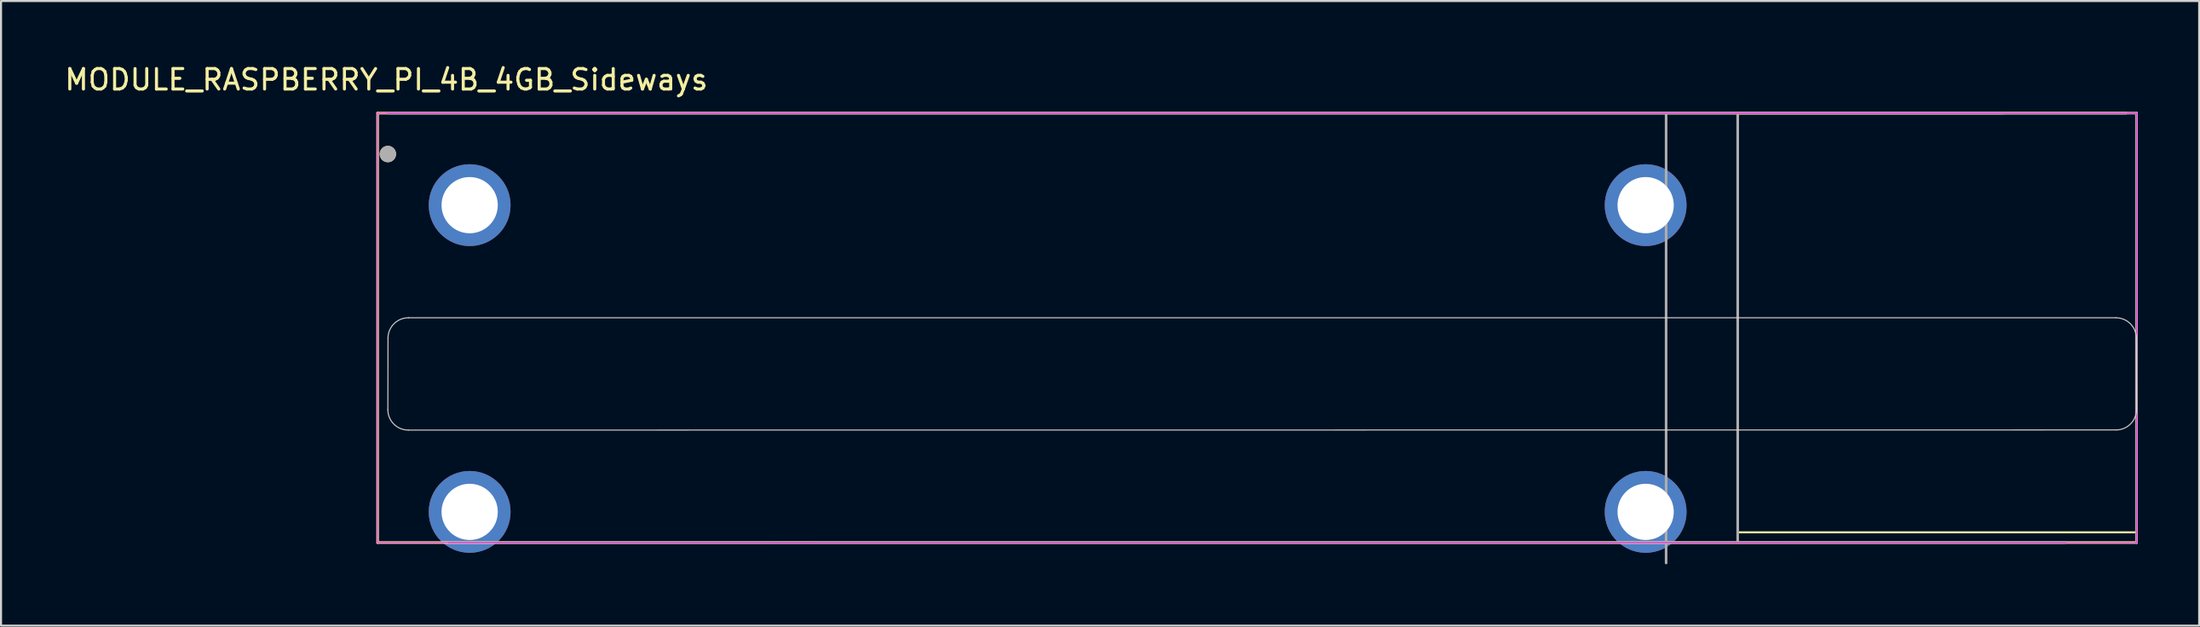
<source format=kicad_pcb>
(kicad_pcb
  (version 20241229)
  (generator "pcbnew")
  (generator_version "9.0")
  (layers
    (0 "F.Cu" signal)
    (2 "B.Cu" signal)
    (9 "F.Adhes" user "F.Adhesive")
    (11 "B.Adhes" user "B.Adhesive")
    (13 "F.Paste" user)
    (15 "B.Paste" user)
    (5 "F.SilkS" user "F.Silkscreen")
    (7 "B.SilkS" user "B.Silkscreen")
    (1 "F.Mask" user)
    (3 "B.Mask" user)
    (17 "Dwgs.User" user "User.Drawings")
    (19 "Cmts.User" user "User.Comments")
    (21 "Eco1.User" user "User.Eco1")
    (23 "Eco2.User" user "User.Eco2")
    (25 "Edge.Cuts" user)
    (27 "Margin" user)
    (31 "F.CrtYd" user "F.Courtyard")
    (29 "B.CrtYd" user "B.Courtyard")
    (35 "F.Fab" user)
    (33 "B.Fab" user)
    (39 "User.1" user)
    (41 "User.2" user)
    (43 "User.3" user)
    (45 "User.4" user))
  (footprint "MODULE_RASPBERRY_PI_4B_4GB_Sideways"
    (layer "F.Cu")
    (at 58.414 15.483)
    (property "Reference" "MODULE_RASPBERRY_PI_4B_4GB_Sideways" (at -42.575 -14.635 0) (layer "F.SilkS") (effects (font (size 1 1) (thickness 0.15))))
    (attr through_hole)
    (fp_line (start -43 -13) (end -43 8) (stroke (width 0.127) (type solid)) (layer "F.SilkS"))
    (fp_line (start -43 8) (end 43 8) (stroke (width 0.127) (type solid)) (layer "F.SilkS"))
    (fp_line (start 42.5 -13) (end -43 -13) (stroke (width 0.127) (type solid)) (layer "F.SilkS"))
    (fp_line (start 43 8) (end 43 -13) (stroke (width 0.127) (type solid)) (layer "F.SilkS"))
    (fp_rect (start 23.5 -13) (end 43 7.5) (stroke (width 0.1) (type default)) (fill no) (layer "F.SilkS"))
    (fp_circle (center -42.5 -11) (end -42.3 -11) (stroke (width 0.4) (type solid)) (fill no) (layer "F.SilkS"))
    (fp_line (start -42.5 1.5) (end -42.493 -1.993) (stroke (width 0.05) (type solid)) (layer "Edge.Cuts"))
    (fp_line (start 41.993 -2.993) (end -41.493 -2.993) (stroke (width 0.05) (type solid)) (layer "Edge.Cuts"))
    (fp_line (start 41.993 2.493) (end -41.5 2.5) (stroke (width 0.05) (type solid)) (layer "Edge.Cuts"))
    (fp_line (start 43 1.493) (end 42.993 -1.993) (stroke (width 0.05) (type solid)) (layer "Edge.Cuts"))
    (fp_arc (start -42.492893 -1.992893) (mid -42.2 -2.7) (end -41.492893 -2.992893) (stroke (width 0.05) (type solid)) (layer "Edge.Cuts"))
    (fp_arc (start -41.5 2.5) (mid -42.207107 2.207107) (end -42.5 1.5) (stroke (width 0.05) (type solid)) (layer "Edge.Cuts"))
    (fp_arc (start 41.992893 -2.992893) (mid 42.700002 -2.700002) (end 42.992893 -1.992893) (stroke (width 0.05) (type solid)) (layer "Edge.Cuts"))
    (fp_arc (start 43 1.492893) (mid 42.707109 2.200004) (end 42 2.492893) (stroke (width 0.05) (type solid)) (layer "Edge.Cuts"))
    (fp_line (start -43 -13) (end 43 -13) (stroke (width 0.05) (type solid)) (layer "F.CrtYd"))
    (fp_line (start -43 8) (end -43 -13) (stroke (width 0.05) (type solid)) (layer "F.CrtYd"))
    (fp_line (start 43 -13) (end 43 8) (stroke (width 0.05) (type solid)) (layer "F.CrtYd"))
    (fp_line (start 43 8.002) (end -43 7.997) (stroke (width 0.05) (type solid)) (layer "F.CrtYd"))
    (fp_line (start -39.5 8) (end 39.5 8) (stroke (width 0.127) (type solid)) (layer "F.Fab"))
    (fp_line (start 20 -13) (end 20 9) (stroke (width 0.127) (type solid)) (layer "F.Fab"))
    (fp_line (start 23.5 -13) (end 23.5 8) (stroke (width 0.127) (type solid)) (layer "F.Fab"))
    (fp_line (start 36.5 -13) (end -42.5 -13) (stroke (width 0.127) (type solid)) (layer "F.Fab"))
    (fp_line (start 43 -13) (end 23.5 -13) (stroke (width 0.127) (type solid)) (layer "F.Fab"))
    (fp_line (start 43 8) (end 43 -13) (stroke (width 0.127) (type solid)) (layer "F.Fab"))
    (fp_circle (center -42.5 -11) (end -42.3 -11) (stroke (width 0.4) (type solid)) (fill no) (layer "F.Fab"))
    (pad "S1" thru_hole circle (at -38.5 -8.5 180) (size 4 4) (drill 2.75) (layers "*.Cu" "*.Mask"))
    (pad "S2" thru_hole circle (at 19 -8.5 180) (size 4 4) (drill 2.75) (layers "*.Cu" "*.Mask"))
    (pad "S3" thru_hole circle (at -38.5 6.5 180) (size 4 4) (drill 2.75) (layers "*.Cu" "*.Mask"))
    (pad "S3" thru_hole circle (at 19 6.5 180) (size 4 4) (drill 2.75) (layers "*.Cu" "*.Mask")))
  (gr_rect
    (start -3 -3)
    (end 104.478 27.547)
    (stroke (width 0.1) (type default))
    (fill no)
    (layer "Edge.Cuts")))
</source>
